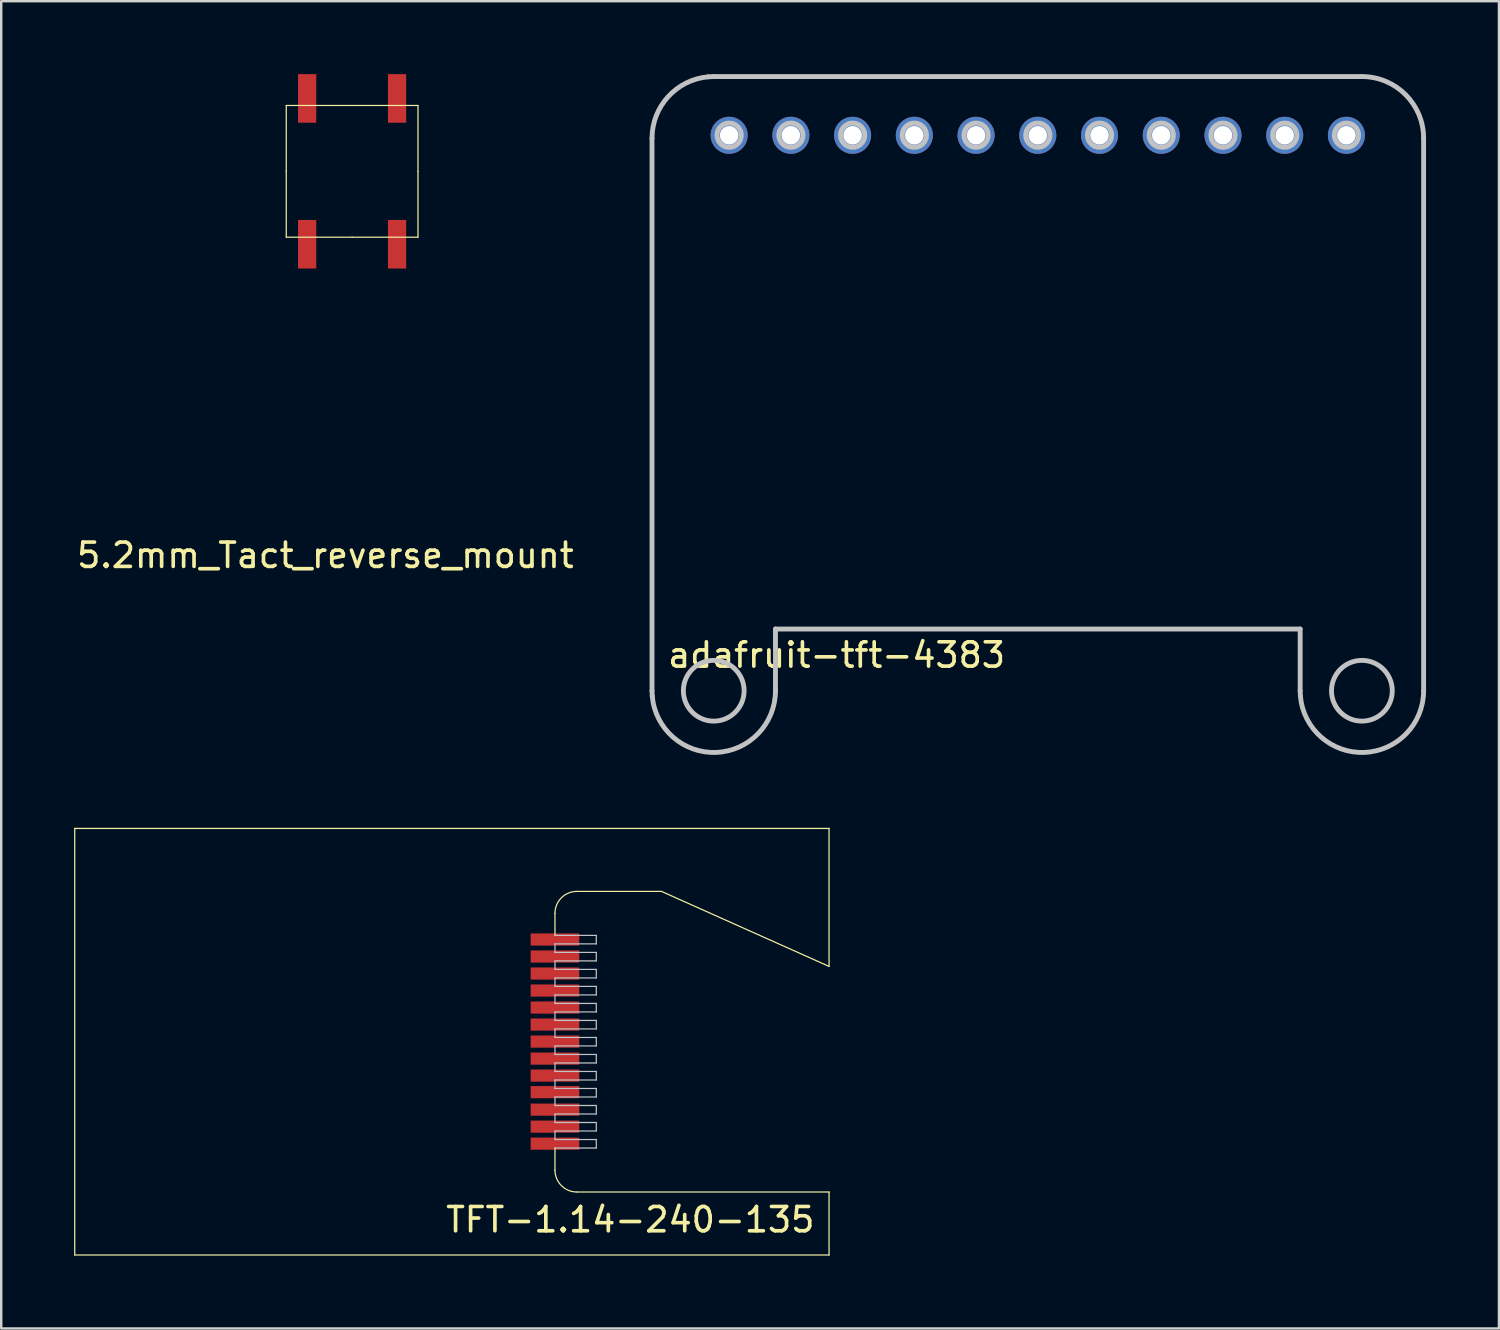
<source format=kicad_pcb>
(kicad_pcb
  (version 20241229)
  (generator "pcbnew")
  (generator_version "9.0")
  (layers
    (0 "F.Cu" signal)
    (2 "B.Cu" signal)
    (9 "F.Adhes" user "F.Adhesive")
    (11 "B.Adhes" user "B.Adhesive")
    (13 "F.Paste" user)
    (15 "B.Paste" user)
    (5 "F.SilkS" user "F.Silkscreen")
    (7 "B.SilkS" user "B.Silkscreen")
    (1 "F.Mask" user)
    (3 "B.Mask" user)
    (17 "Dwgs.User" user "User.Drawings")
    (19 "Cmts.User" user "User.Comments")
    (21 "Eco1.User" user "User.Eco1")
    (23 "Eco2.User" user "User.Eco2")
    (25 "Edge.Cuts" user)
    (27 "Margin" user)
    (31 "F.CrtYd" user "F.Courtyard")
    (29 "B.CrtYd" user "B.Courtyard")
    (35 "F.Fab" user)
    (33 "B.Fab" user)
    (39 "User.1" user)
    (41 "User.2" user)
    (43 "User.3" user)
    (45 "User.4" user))
  (footprint "5.2mm_Tact_reverse_mount"
    (layer "F.Cu")
    (at 11.439 4)
    (property "Reference" "5.2mm_Tact_reverse_mount" (at -1.1 15.8 0) (layer "F.SilkS") (effects (font (size 1 1) (thickness 0.15))))
    (attr through_hole)
    (fp_line (start -2.71 -2.71) (end -2.71 0) (stroke (width 0.05) (type solid)) (layer "F.SilkS"))
    (fp_line (start -2.71 0) (end -2.71 2.71) (stroke (width 0.05) (type solid)) (layer "F.SilkS"))
    (fp_line (start -2.71 2.71) (end 0 2.71) (stroke (width 0.05) (type solid)) (layer "F.SilkS"))
    (fp_line (start 0 -2.71) (end -2.71 -2.71) (stroke (width 0.05) (type solid)) (layer "F.SilkS"))
    (fp_line (start 0 2.71) (end 2.71 2.71) (stroke (width 0.05) (type solid)) (layer "F.SilkS"))
    (fp_line (start 2.71 -2.71) (end 0 -2.71) (stroke (width 0.05) (type solid)) (layer "F.SilkS"))
    (fp_line (start 2.71 0) (end 2.71 -2.71) (stroke (width 0.05) (type solid)) (layer "F.SilkS"))
    (fp_line (start 2.71 2.71) (end 2.71 0) (stroke (width 0.05) (type solid)) (layer "F.SilkS"))
    (pad "1" smd rect (at 1.85 -3) (size 0.75 2) (layers "F.Cu" "F.Mask" "F.Paste"))
    (pad "2" smd rect (at 1.85 3) (size 0.75 2) (layers "F.Cu" "F.Mask" "F.Paste"))
    (pad "3" smd rect (at -1.85 -3) (size 0.75 2) (layers "F.Cu" "F.Mask" "F.Paste"))
    (pad "4" smd rect (at -1.85 3) (size 0.75 2) (layers "F.Cu" "F.Mask" "F.Paste")))
  (footprint "adafruit-tft-4383"
    (layer "F.Cu")
    (at 26.953 2.517)
    (property "Reference" "adafruit-tft-4383" (at 4.42 21.387 0) (layer "F.SilkS") (effects (font (size 1 1) (thickness 0.15))))
    (attr through_hole)
    (fp_line (start -3.174 22.856) (end -3.174 0.123) (stroke (width 0.2) (type solid)) (layer "Dwgs.User"))
    (fp_line (start -3.164 23.077) (end -3.174 22.856) (stroke (width 0.2) (type solid)) (layer "Dwgs.User"))
    (fp_line (start -0.855 -2.407) (end -0.634 -2.417) (stroke (width 0.2) (type solid)) (layer "Dwgs.User"))
    (fp_line (start -0.634 -2.417) (end 26.036 -2.417) (stroke (width 0.2) (type solid)) (layer "Dwgs.User"))
    (fp_line (start 1.906 20.316) (end 1.906 22.856) (stroke (width 0.2) (type solid)) (layer "Dwgs.User"))
    (fp_line (start 23.496 20.316) (end 1.906 20.316) (stroke (width 0.2) (type solid)) (layer "Dwgs.User"))
    (fp_line (start 23.496 22.856) (end 23.496 20.316) (stroke (width 0.2) (type solid)) (layer "Dwgs.User"))
    (fp_line (start 23.506 23.077) (end 23.496 22.856) (stroke (width 0.2) (type solid)) (layer "Dwgs.User"))
    (fp_line (start 28.576 0.123) (end 28.576 22.856) (stroke (width 0.2) (type solid)) (layer "Dwgs.User"))
    (fp_arc (start -3.173999 0.123) (mid -2.506695 -1.592992) (end -0.855399 -2.40733) (stroke (width 0.2) (type solid)) (layer "Dwgs.User"))
    (fp_arc (start 1.905999 22.856) (mid -0.523178 25.393577) (end -3.164299 23.077399) (stroke (width 0.2) (type solid)) (layer "Dwgs.User"))
    (fp_arc (start 26.035999 -2.416998) (mid 27.83205 -1.673051) (end 28.575999 0.123) (stroke (width 0.2) (type solid)) (layer "Dwgs.User"))
    (fp_arc (start 28.575999 22.855999) (mid 26.146807 25.393591) (end 23.505671 23.077399) (stroke (width 0.2) (type solid)) (layer "Dwgs.User"))
    (fp_circle (center -0.634 22.856) (end 0.616 22.856) (stroke (width 0.2) (type solid)) (fill no) (layer "Dwgs.User"))
    (fp_circle (center 0.001 -0.004) (end 0.501 -0.004) (stroke (width 0.2) (type solid)) (fill no) (layer "Dwgs.User"))
    (fp_circle (center 2.541 -0.004) (end 3.041 -0.004) (stroke (width 0.2) (type solid)) (fill no) (layer "Dwgs.User"))
    (fp_circle (center 5.081 -0.004) (end 5.581 -0.004) (stroke (width 0.2) (type solid)) (fill no) (layer "Dwgs.User"))
    (fp_circle (center 7.621 -0.004) (end 8.121 -0.004) (stroke (width 0.2) (type solid)) (fill no) (layer "Dwgs.User"))
    (fp_circle (center 10.161 -0.004) (end 10.661 -0.004) (stroke (width 0.2) (type solid)) (fill no) (layer "Dwgs.User"))
    (fp_circle (center 12.701 -0.004) (end 13.201 -0.004) (stroke (width 0.2) (type solid)) (fill no) (layer "Dwgs.User"))
    (fp_circle (center 15.241 -0.004) (end 15.741 -0.004) (stroke (width 0.2) (type solid)) (fill no) (layer "Dwgs.User"))
    (fp_circle (center 17.781 -0.004) (end 18.281 -0.004) (stroke (width 0.2) (type solid)) (fill no) (layer "Dwgs.User"))
    (fp_circle (center 20.321 -0.004) (end 20.821 -0.004) (stroke (width 0.2) (type solid)) (fill no) (layer "Dwgs.User"))
    (fp_circle (center 22.861 -0.004) (end 23.361 -0.004) (stroke (width 0.2) (type solid)) (fill no) (layer "Dwgs.User"))
    (fp_circle (center 25.401 -0.004) (end 25.901 -0.004) (stroke (width 0.2) (type solid)) (fill no) (layer "Dwgs.User"))
    (fp_circle (center 26.036 22.856) (end 27.286 22.856) (stroke (width 0.2) (type solid)) (fill no) (layer "Dwgs.User"))
    (pad "1" thru_hole circle (at 25.4 0) (size 1.524 1.524) (drill 0.762) (layers "*.Cu" "*.Mask"))
    (pad "2" thru_hole circle (at 22.86 0) (size 1.524 1.524) (drill 0.762) (layers "*.Cu" "*.Mask"))
    (pad "3" thru_hole circle (at 20.32 0) (size 1.524 1.524) (drill 0.762) (layers "*.Cu" "*.Mask"))
    (pad "4" thru_hole circle (at 17.78 0) (size 1.524 1.524) (drill 0.762) (layers "*.Cu" "*.Mask"))
    (pad "5" thru_hole circle (at 15.24 0) (size 1.524 1.524) (drill 0.762) (layers "*.Cu" "*.Mask"))
    (pad "6" thru_hole circle (at 12.7 0) (size 1.524 1.524) (drill 0.762) (layers "*.Cu" "*.Mask"))
    (pad "7" thru_hole circle (at 10.16 0) (size 1.524 1.524) (drill 0.762) (layers "*.Cu" "*.Mask"))
    (pad "8" thru_hole circle (at 7.62 0) (size 1.524 1.524) (drill 0.762) (layers "*.Cu" "*.Mask"))
    (pad "9" thru_hole circle (at 5.08 0) (size 1.524 1.524) (drill 0.762) (layers "*.Cu" "*.Mask"))
    (pad "10" thru_hole circle (at 2.54 0) (size 1.524 1.524) (drill 0.762) (layers "*.Cu" "*.Mask"))
    (pad "11" thru_hole circle (at 0 0) (size 1.524 1.524) (drill 0.762) (layers "*.Cu" "*.Mask")))
  (footprint "TFT-1.14-240-135"
    (layer "F.Cu")
    (at 31.286 48.239)
    (property "Reference" "TFT-1.14-240-135" (at -8.4 -1.1 180) (layer "F.SilkS") (effects (font (size 1 1) (thickness 0.15))))
    (attr through_hole)
    (fp_line (start -31.261 -17.201) (end -31.261 0.351) (stroke (width 0.05) (type solid)) (layer "F.SilkS"))
    (fp_line (start -31.261 0.351) (end -0.222 0.351) (stroke (width 0.05) (type solid)) (layer "F.SilkS"))
    (fp_line (start -11.5 -12.8) (end -11.5 -13.709) (stroke (width 0.05) (type solid)) (layer "F.SilkS"))
    (fp_line (start -11.5 -3.141) (end -11.5 -4.05) (stroke (width 0.05) (type solid)) (layer "F.SilkS"))
    (fp_line (start -10.599 -14.61) (end -7.119 -14.61) (stroke (width 0.05) (type solid)) (layer "F.SilkS"))
    (fp_line (start -7.119 -14.61) (end -0.222 -11.523) (stroke (width 0.05) (type solid)) (layer "F.SilkS"))
    (fp_line (start -0.222 -17.201) (end -31.261 -17.201) (stroke (width 0.05) (type solid)) (layer "F.SilkS"))
    (fp_line (start -0.222 -11.523) (end -0.222 -17.201) (stroke (width 0.05) (type solid)) (layer "F.SilkS"))
    (fp_line (start -0.222 -2.24) (end -10.599 -2.24) (stroke (width 0.05) (type solid)) (layer "F.SilkS"))
    (fp_line (start -0.222 0.351) (end -0.222 -2.24) (stroke (width 0.05) (type solid)) (layer "F.SilkS"))
    (fp_arc (start -11.5 -13.709247) (mid -11.236205 -14.346104) (end -10.599348 -14.609899) (stroke (width 0.05) (type solid)) (layer "F.SilkS"))
    (fp_arc (start -10.599348 -2.2401) (mid -11.236206 -2.503895) (end -11.500001 -3.140753) (stroke (width 0.05) (type solid)) (layer "F.SilkS"))
    (fp_line (start -11.5 -12.45) (end -9.8 -12.45) (stroke (width 0.05) (type solid)) (layer "Dwgs.User"))
    (fp_line (start -11.5 -12.1) (end -11.5 -12.45) (stroke (width 0.05) (type solid)) (layer "Dwgs.User"))
    (fp_line (start -11.5 -11.75) (end -9.8 -11.75) (stroke (width 0.05) (type solid)) (layer "Dwgs.User"))
    (fp_line (start -11.5 -11.4) (end -11.5 -11.75) (stroke (width 0.05) (type solid)) (layer "Dwgs.User"))
    (fp_line (start -11.5 -11.05) (end -9.8 -11.05) (stroke (width 0.05) (type solid)) (layer "Dwgs.User"))
    (fp_line (start -11.5 -10.7) (end -11.5 -11.05) (stroke (width 0.05) (type solid)) (layer "Dwgs.User"))
    (fp_line (start -11.5 -10.35) (end -9.8 -10.35) (stroke (width 0.05) (type solid)) (layer "Dwgs.User"))
    (fp_line (start -11.5 -10) (end -11.5 -10.35) (stroke (width 0.05) (type solid)) (layer "Dwgs.User"))
    (fp_line (start -11.5 -9.65) (end -9.8 -9.65) (stroke (width 0.05) (type solid)) (layer "Dwgs.User"))
    (fp_line (start -11.5 -9.3) (end -11.5 -9.65) (stroke (width 0.05) (type solid)) (layer "Dwgs.User"))
    (fp_line (start -11.5 -8.95) (end -9.8 -8.95) (stroke (width 0.05) (type solid)) (layer "Dwgs.User"))
    (fp_line (start -11.5 -8.6) (end -11.5 -8.95) (stroke (width 0.05) (type solid)) (layer "Dwgs.User"))
    (fp_line (start -11.5 -8.25) (end -9.8 -8.25) (stroke (width 0.05) (type solid)) (layer "Dwgs.User"))
    (fp_line (start -11.5 -7.9) (end -11.5 -8.25) (stroke (width 0.05) (type solid)) (layer "Dwgs.User"))
    (fp_line (start -11.5 -7.55) (end -9.8 -7.55) (stroke (width 0.05) (type solid)) (layer "Dwgs.User"))
    (fp_line (start -11.5 -7.2) (end -11.5 -7.55) (stroke (width 0.05) (type solid)) (layer "Dwgs.User"))
    (fp_line (start -11.5 -6.85) (end -9.8 -6.85) (stroke (width 0.05) (type solid)) (layer "Dwgs.User"))
    (fp_line (start -11.5 -6.5) (end -11.5 -6.85) (stroke (width 0.05) (type solid)) (layer "Dwgs.User"))
    (fp_line (start -11.5 -6.15) (end -9.8 -6.15) (stroke (width 0.05) (type solid)) (layer "Dwgs.User"))
    (fp_line (start -11.5 -5.8) (end -11.5 -6.15) (stroke (width 0.05) (type solid)) (layer "Dwgs.User"))
    (fp_line (start -11.5 -5.45) (end -9.8 -5.45) (stroke (width 0.05) (type solid)) (layer "Dwgs.User"))
    (fp_line (start -11.5 -5.1) (end -11.5 -5.45) (stroke (width 0.05) (type solid)) (layer "Dwgs.User"))
    (fp_line (start -11.5 -4.75) (end -9.8 -4.75) (stroke (width 0.05) (type solid)) (layer "Dwgs.User"))
    (fp_line (start -11.5 -4.4) (end -11.5 -4.75) (stroke (width 0.05) (type solid)) (layer "Dwgs.User"))
    (fp_line (start -11.5 -4.05) (end -9.8 -4.05) (stroke (width 0.05) (type solid)) (layer "Dwgs.User"))
    (fp_line (start -9.8 -12.8) (end -11.5 -12.8) (stroke (width 0.05) (type solid)) (layer "Dwgs.User"))
    (fp_line (start -9.8 -12.45) (end -9.8 -12.8) (stroke (width 0.05) (type solid)) (layer "Dwgs.User"))
    (fp_line (start -9.8 -12.1) (end -11.5 -12.1) (stroke (width 0.05) (type solid)) (layer "Dwgs.User"))
    (fp_line (start -9.8 -11.75) (end -9.8 -12.1) (stroke (width 0.05) (type solid)) (layer "Dwgs.User"))
    (fp_line (start -9.8 -11.4) (end -11.5 -11.4) (stroke (width 0.05) (type solid)) (layer "Dwgs.User"))
    (fp_line (start -9.8 -11.05) (end -9.8 -11.4) (stroke (width 0.05) (type solid)) (layer "Dwgs.User"))
    (fp_line (start -9.8 -10.7) (end -11.5 -10.7) (stroke (width 0.05) (type solid)) (layer "Dwgs.User"))
    (fp_line (start -9.8 -10.35) (end -9.8 -10.7) (stroke (width 0.05) (type solid)) (layer "Dwgs.User"))
    (fp_line (start -9.8 -10) (end -11.5 -10) (stroke (width 0.05) (type solid)) (layer "Dwgs.User"))
    (fp_line (start -9.8 -9.65) (end -9.8 -10) (stroke (width 0.05) (type solid)) (layer "Dwgs.User"))
    (fp_line (start -9.8 -9.3) (end -11.5 -9.3) (stroke (width 0.05) (type solid)) (layer "Dwgs.User"))
    (fp_line (start -9.8 -8.95) (end -9.8 -9.3) (stroke (width 0.05) (type solid)) (layer "Dwgs.User"))
    (fp_line (start -9.8 -8.6) (end -11.5 -8.6) (stroke (width 0.05) (type solid)) (layer "Dwgs.User"))
    (fp_line (start -9.8 -8.25) (end -9.8 -8.6) (stroke (width 0.05) (type solid)) (layer "Dwgs.User"))
    (fp_line (start -9.8 -7.9) (end -11.5 -7.9) (stroke (width 0.05) (type solid)) (layer "Dwgs.User"))
    (fp_line (start -9.8 -7.55) (end -9.8 -7.9) (stroke (width 0.05) (type solid)) (layer "Dwgs.User"))
    (fp_line (start -9.8 -7.2) (end -11.5 -7.2) (stroke (width 0.05) (type solid)) (layer "Dwgs.User"))
    (fp_line (start -9.8 -6.85) (end -9.8 -7.2) (stroke (width 0.05) (type solid)) (layer "Dwgs.User"))
    (fp_line (start -9.8 -6.5) (end -11.5 -6.5) (stroke (width 0.05) (type solid)) (layer "Dwgs.User"))
    (fp_line (start -9.8 -6.15) (end -9.8 -6.5) (stroke (width 0.05) (type solid)) (layer "Dwgs.User"))
    (fp_line (start -9.8 -5.8) (end -11.5 -5.8) (stroke (width 0.05) (type solid)) (layer "Dwgs.User"))
    (fp_line (start -9.8 -5.45) (end -9.8 -5.8) (stroke (width 0.05) (type solid)) (layer "Dwgs.User"))
    (fp_line (start -9.8 -5.1) (end -11.5 -5.1) (stroke (width 0.05) (type solid)) (layer "Dwgs.User"))
    (fp_line (start -9.8 -4.75) (end -9.8 -5.1) (stroke (width 0.05) (type solid)) (layer "Dwgs.User"))
    (fp_line (start -9.8 -4.4) (end -11.5 -4.4) (stroke (width 0.05) (type solid)) (layer "Dwgs.User"))
    (fp_line (start -9.8 -4.05) (end -9.8 -4.4) (stroke (width 0.05) (type solid)) (layer "Dwgs.User"))
    (pad "1" smd rect (at -11.5 -12.63 180) (size 2 0.5) (layers "F.Cu" "F.Mask" "F.Paste"))
    (pad "2" smd rect (at -11.5 -11.93 180) (size 2 0.5) (layers "F.Cu" "F.Mask" "F.Paste"))
    (pad "3" smd rect (at -11.5 -11.23 180) (size 2 0.5) (layers "F.Cu" "F.Mask" "F.Paste"))
    (pad "4" smd rect (at -11.5 -10.53 180) (size 2 0.5) (layers "F.Cu" "F.Mask" "F.Paste"))
    (pad "5" smd rect (at -11.5 -9.83 180) (size 2 0.5) (layers "F.Cu" "F.Mask" "F.Paste"))
    (pad "6" smd rect (at -11.5 -9.13 180) (size 2 0.5) (layers "F.Cu" "F.Mask" "F.Paste"))
    (pad "7" smd rect (at -11.5 -8.43 180) (size 2 0.5) (layers "F.Cu" "F.Mask" "F.Paste"))
    (pad "8" smd rect (at -11.5 -7.73 180) (size 2 0.5) (layers "F.Cu" "F.Mask" "F.Paste"))
    (pad "9" smd rect (at -11.5 -7.03 180) (size 2 0.5) (layers "F.Cu" "F.Mask" "F.Paste"))
    (pad "10" smd rect (at -11.5 -6.35 180) (size 2 0.5) (layers "F.Cu" "F.Mask" "F.Paste"))
    (pad "11" smd rect (at -11.5 -5.63 180) (size 2 0.5) (layers "F.Cu" "F.Mask" "F.Paste"))
    (pad "12" smd rect (at -11.5 -4.93 180) (size 2 0.5) (layers "F.Cu" "F.Mask" "F.Paste"))
    (pad "13" smd rect (at -11.5 -4.23 180) (size 2 0.5) (layers "F.Cu" "F.Mask" "F.Paste")))
  (gr_rect
    (start -3 -3)
    (end 58.629 51.614)
    (stroke (width 0.1) (type default))
    (fill no)
    (layer "Edge.Cuts")))
</source>
